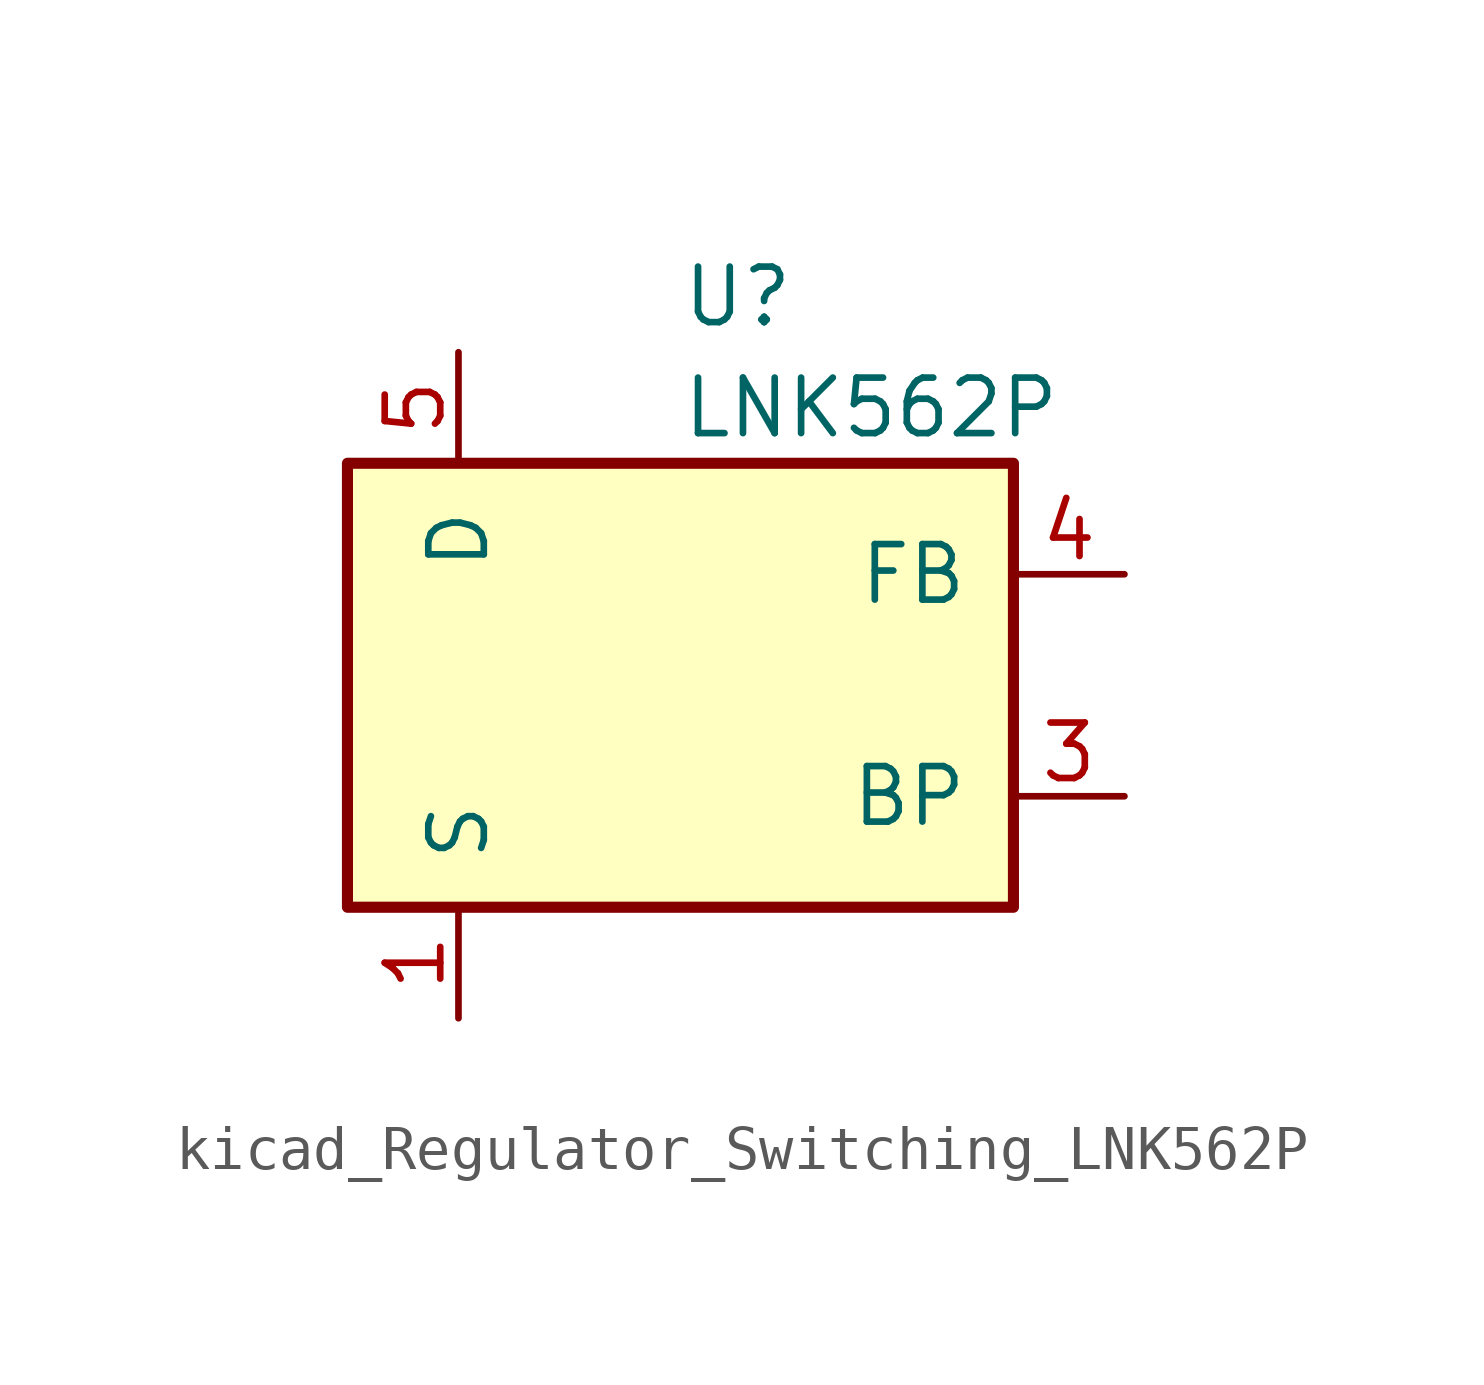
<source format=kicad_sym>
(kicad_symbol_lib
  (version 20220914)
  (generator kicad_symbol_editor)
  (symbol "kicad_Regulator_Switching_LNK562P"
    (pin_names
      (offset 1.016))
    (property "Reference" "U"
      (at 0 8.89 0)
      (effects (font (size 1.27 1.27)) (justify left)))
    (property "Value" "LNK562P"
      (at 0 6.35 0)
      (effects (font (size 1.27 1.27)) (justify left)))
    (symbol "kicad_Regulator_Switching_LNK562P_0_1"
      (rectangle (start -7.62 5.08) (end 7.62 -5.08) (stroke (width 0.254) (type default)) (fill (type background))))
    (symbol "kicad_Regulator_Switching_LNK562P_1_1"
      (pin power_in line (at -5.08 -7.62 90) (length 2.54) (name "S" (effects (font (size 1.27 1.27)))) (number "1" (effects (font (size 1.27 1.27)))))
      (pin passive line (at -5.08 -7.62 90) (length 2.54) hide (name "S" (effects (font (size 1.27 1.27)))) (number "2" (effects (font (size 1.27 1.27)))))
      (pin input line (at 10.16 -2.54 180) (length 2.54) (name "BP" (effects (font (size 1.27 1.27)))) (number "3" (effects (font (size 1.27 1.27)))))
      (pin input line (at 10.16 2.54 180) (length 2.54) (name "FB" (effects (font (size 1.27 1.27)))) (number "4" (effects (font (size 1.27 1.27)))))
      (pin open_collector line (at -5.08 7.62 270) (length 2.54) (name "D" (effects (font (size 1.27 1.27)))) (number "5" (effects (font (size 1.27 1.27)))))
      (pin passive line (at -5.08 -7.62 90) (length 2.54) hide (name "S" (effects (font (size 1.27 1.27)))) (number "7" (effects (font (size 1.27 1.27)))))
      (pin passive line (at -5.08 -7.62 90) (length 2.54) hide (name "S" (effects (font (size 1.27 1.27)))) (number "8" (effects (font (size 1.27 1.27))))))))
</source>
